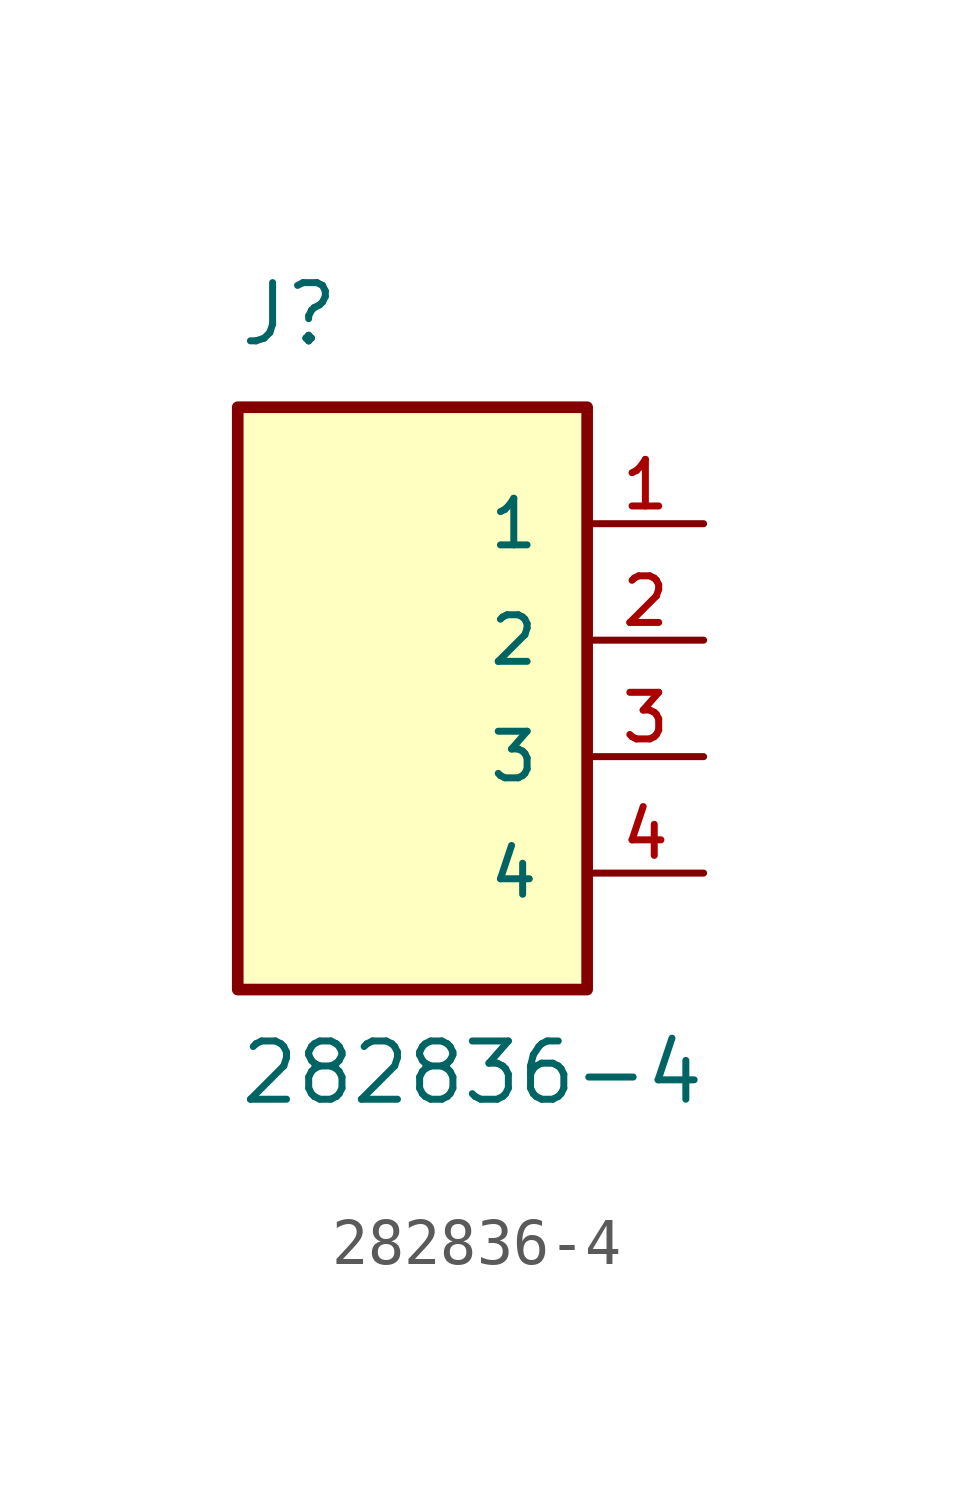
<source format=kicad_sym>
(kicad_symbol_lib
  (version 20211014)
  (generator kicad_symbol_editor)
  (symbol "282836-4"
    (pin_names
      (offset 1.016))
    (property "Reference" "J"
      (at -3.815 6.364 0)
      (effects (font (size 1.27 1.27)) (justify bottom left)))
    (property "Value" "282836-4"
      (at -3.814 -10.175 0)
      (effects (font (size 1.27 1.27)) (justify bottom left)))
    (symbol "282836-4_0_0"
      (rectangle (start -3.81 -7.62) (end 3.81 5.08) (stroke (width 0.254)) (fill (type background)))
      (pin passive line (at 6.35 2.54 180.0) (length 2.54) (name "1" (effects (font (size 1.016 1.016)))) (number "1" (effects (font (size 1.016 1.016)))))
      (pin passive line (at 6.35 0.0 180.0) (length 2.54) (name "2" (effects (font (size 1.016 1.016)))) (number "2" (effects (font (size 1.016 1.016)))))
      (pin passive line (at 6.35 -2.54 180.0) (length 2.54) (name "3" (effects (font (size 1.016 1.016)))) (number "3" (effects (font (size 1.016 1.016)))))
      (pin passive line (at 6.35 -5.08 180.0) (length 2.54) (name "4" (effects (font (size 1.016 1.016)))) (number "4" (effects (font (size 1.016 1.016))))))))
</source>
